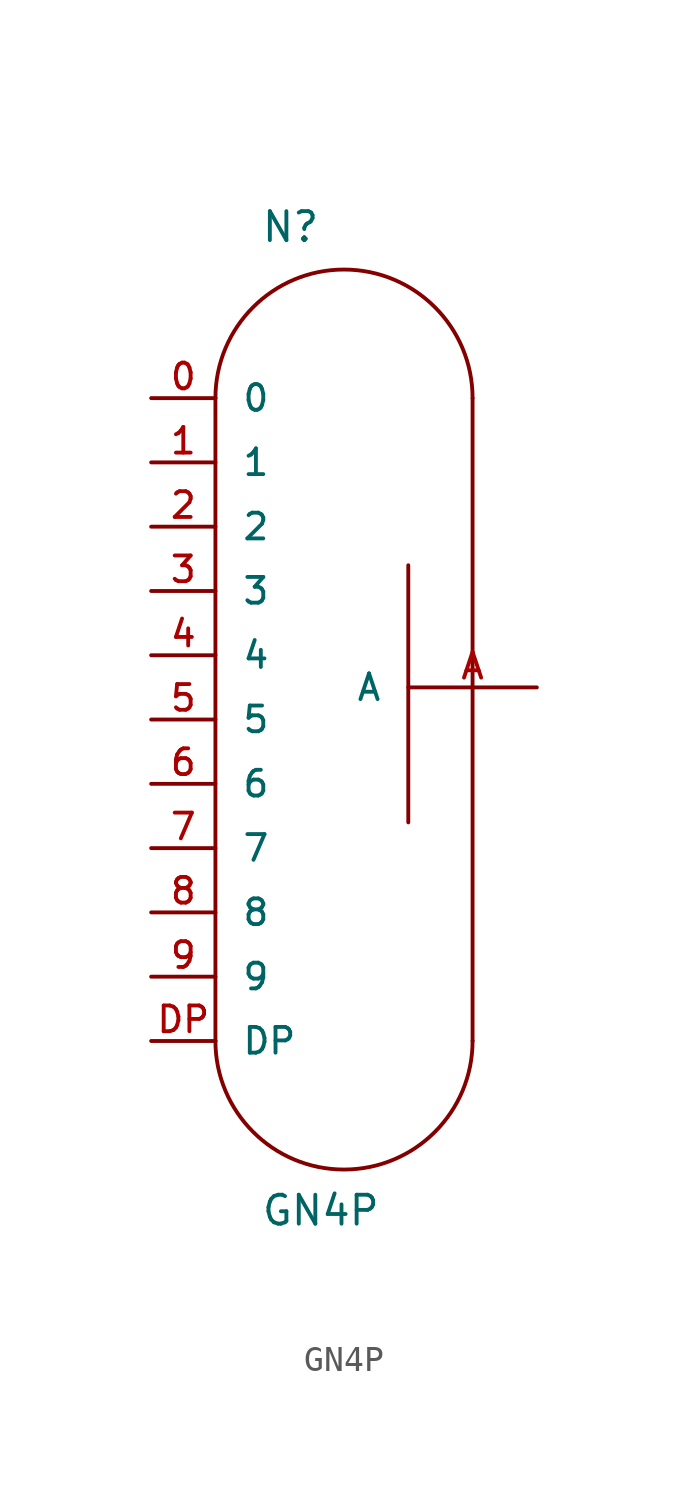
<source format=kicad_sym>
(kicad_symbol_lib
  (version 20241209)
  (generator "kicad_symbol_editor")
  (generator_version "9.0")
  (symbol "GN4P"
    (pin_names
      (offset 1.016))
    (property "Reference" "N"
      (at -38.862 41.656 0)
      (effects (font (size 1.143 1.143)) (justify left bottom)))
    (property "Value" "GN4P"
      (at -38.862 2.794 0)
      (effects (font (size 1.143 1.143)) (justify left bottom)))
    (property "ki_locked" ""
      (at 0 0 0)
      (effects (font (size 1.27 1.27))))
    (symbol "GN4P_1_0"
      (polyline (pts (xy -40.64 35.56) (xy -40.64 10.16)) (stroke (width 0) (type default)) (fill (type none)))
      (polyline (pts (xy -33.02 28.956) (xy -33.02 18.796)) (stroke (width 0) (type default)) (fill (type none)))
      (polyline (pts (xy -30.48 35.56) (xy -30.48 10.16)) (stroke (width 0) (type default)) (fill (type none))))
    (symbol "GN4P_1_1"
      (arc (start -40.64 35.56) (mid -35.56 40.6178) (end -30.48 35.56) (stroke (width 0) (type default)) (fill (type none)))
      (arc (start -30.48 10.16) (mid -35.56 5.1021) (end -40.64 10.16) (stroke (width 0) (type default)) (fill (type none)))
      (pin passive line (at -43.18 35.56 0) (length 2.54) (name "0" (effects (font (size 1.016 1.016)))) (number "0" (effects (font (size 1.016 1.016)))))
      (pin passive line (at -43.18 33.02 0) (length 2.54) (name "1" (effects (font (size 1.016 1.016)))) (number "1" (effects (font (size 1.016 1.016)))))
      (pin passive line (at -43.18 30.48 0) (length 2.54) (name "2" (effects (font (size 1.016 1.016)))) (number "2" (effects (font (size 1.016 1.016)))))
      (pin passive line (at -43.18 27.94 0) (length 2.54) (name "3" (effects (font (size 1.016 1.016)))) (number "3" (effects (font (size 1.016 1.016)))))
      (pin passive line (at -43.18 25.4 0) (length 2.54) (name "4" (effects (font (size 1.016 1.016)))) (number "4" (effects (font (size 1.016 1.016)))))
      (pin passive line (at -43.18 22.86 0) (length 2.54) (name "5" (effects (font (size 1.016 1.016)))) (number "5" (effects (font (size 1.016 1.016)))))
      (pin passive line (at -43.18 20.32 0) (length 2.54) (name "6" (effects (font (size 1.016 1.016)))) (number "6" (effects (font (size 1.016 1.016)))))
      (pin passive line (at -43.18 17.78 0) (length 2.54) (name "7" (effects (font (size 1.016 1.016)))) (number "7" (effects (font (size 1.016 1.016)))))
      (pin passive line (at -43.18 15.24 0) (length 2.54) (name "8" (effects (font (size 1.016 1.016)))) (number "8" (effects (font (size 1.016 1.016)))))
      (pin passive line (at -43.18 12.7 0) (length 2.54) (name "9" (effects (font (size 1.016 1.016)))) (number "9" (effects (font (size 1.016 1.016)))))
      (pin passive line (at -43.18 10.16 0) (length 2.54) (name "DP" (effects (font (size 1.016 1.016)))) (number "DP" (effects (font (size 1.016 1.016)))))
      (pin passive line (at -27.94 24.13 180) (length 5.08) (name "A" (effects (font (size 1.016 1.016)))) (number "A" (effects (font (size 1.016 1.016))))))))
</source>
